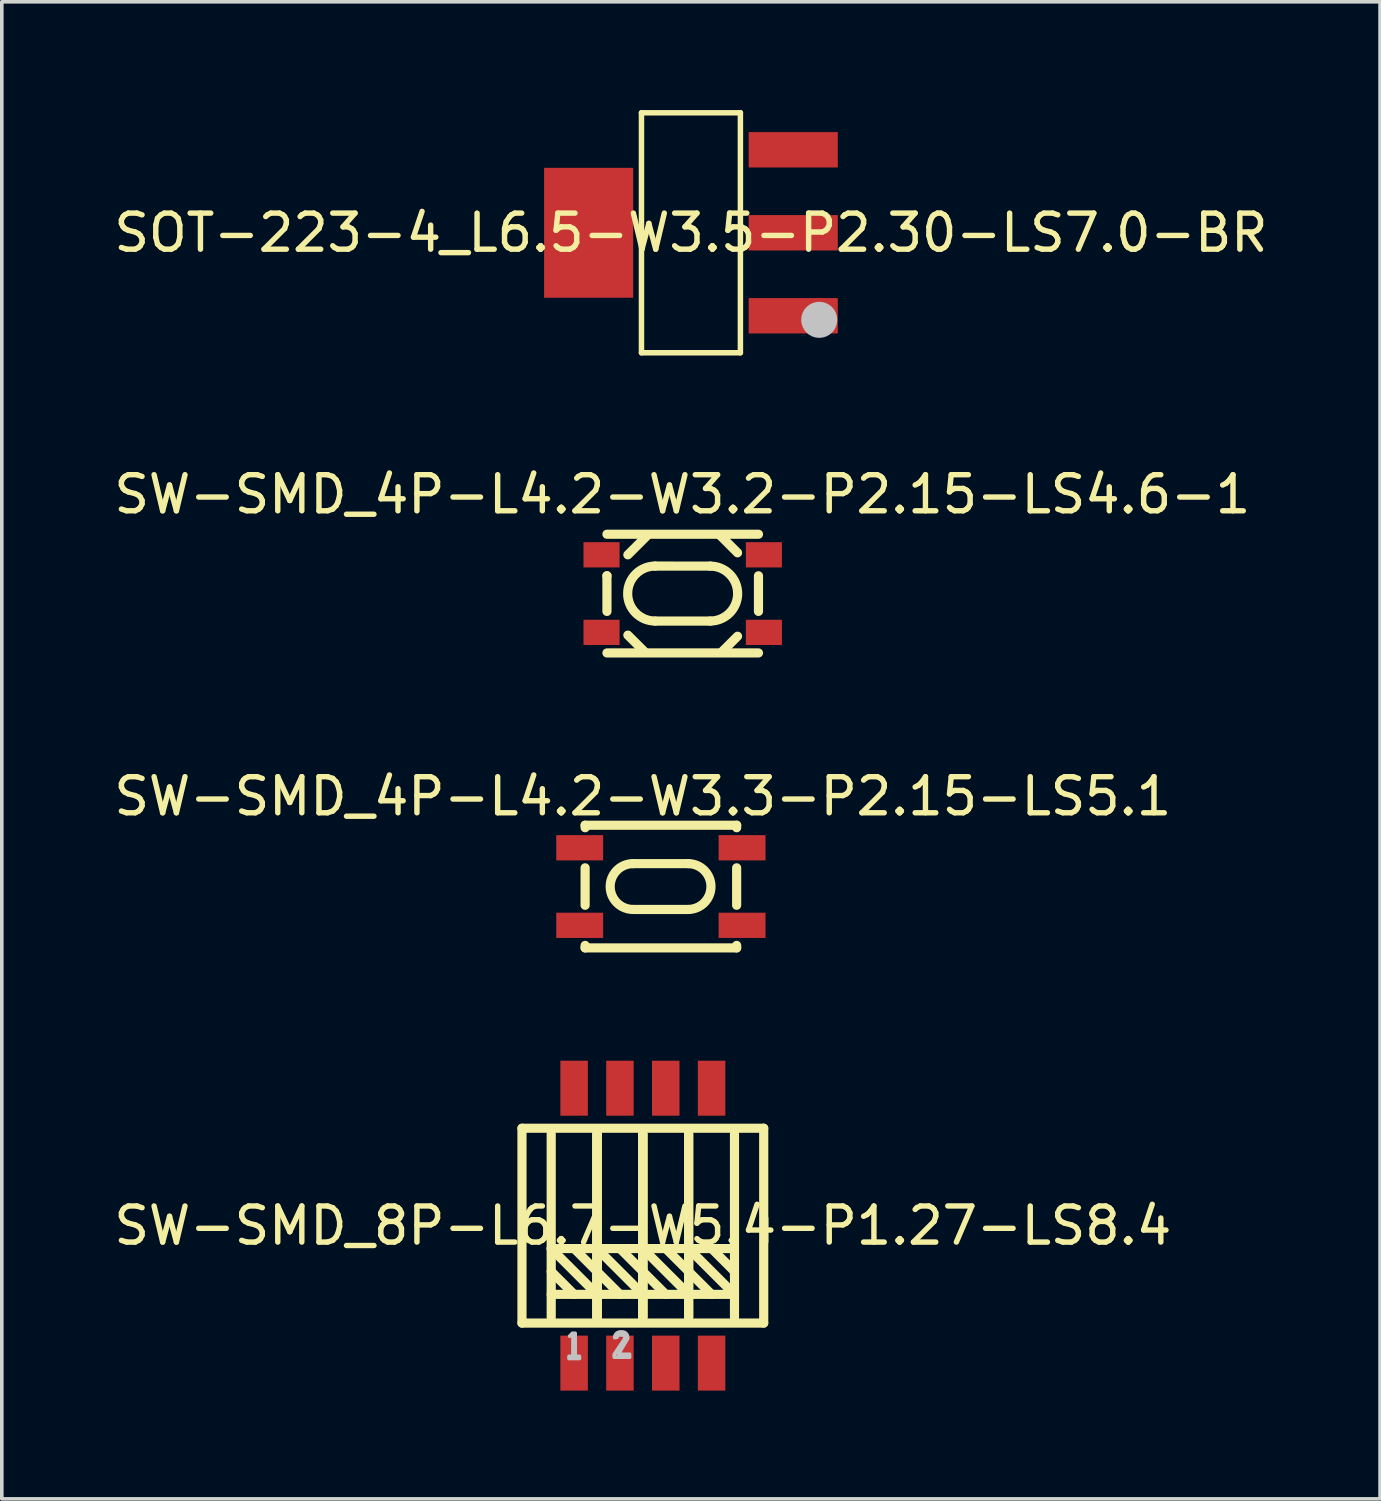
<source format=kicad_pcb>
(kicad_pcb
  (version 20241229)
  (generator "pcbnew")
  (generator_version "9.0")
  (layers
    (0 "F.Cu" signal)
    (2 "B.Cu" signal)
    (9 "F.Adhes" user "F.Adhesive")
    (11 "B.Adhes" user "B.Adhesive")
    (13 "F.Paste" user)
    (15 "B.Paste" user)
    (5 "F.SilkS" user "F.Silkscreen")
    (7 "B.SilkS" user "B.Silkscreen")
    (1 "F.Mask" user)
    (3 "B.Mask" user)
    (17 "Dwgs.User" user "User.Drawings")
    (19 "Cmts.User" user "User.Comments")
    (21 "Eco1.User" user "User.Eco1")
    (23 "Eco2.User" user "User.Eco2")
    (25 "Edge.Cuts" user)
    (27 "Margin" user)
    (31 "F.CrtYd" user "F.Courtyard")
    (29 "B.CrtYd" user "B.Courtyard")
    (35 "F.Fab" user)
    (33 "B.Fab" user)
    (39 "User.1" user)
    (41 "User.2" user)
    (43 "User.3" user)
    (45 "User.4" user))
  (footprint "SW-SMD_4P-L4.2-W3.3-P2.15-LS5.1"
    (layer "F.Cu")
    (at 15.268 21.523)
    (property "Reference" "SW-SMD_4P-L4.2-W3.3-P2.15-LS5.1" (at -0.5 -2.5 0) (layer "F.SilkS") (effects (font (size 1 1) (thickness 0.15))))
    (fp_line (start -2.1 -1.7) (end -2.1 -1.631) (stroke (width 0.254) (type default)) (layer "F.SilkS"))
    (fp_line (start -2.1 -1.7) (end 2.1 -1.7) (stroke (width 0.254) (type default)) (layer "F.SilkS"))
    (fp_line (start -2.1 -0.519) (end -2.1 0.519) (stroke (width 0.254) (type default)) (layer "F.SilkS"))
    (fp_line (start -2.1 1.631) (end -2.1 1.7) (stroke (width 0.254) (type default)) (layer "F.SilkS"))
    (fp_line (start -2.1 1.7) (end 2.1 1.7) (stroke (width 0.254) (type default)) (layer "F.SilkS"))
    (fp_line (start -0.762 -0.635) (end 0.762 -0.635) (stroke (width 0.254) (type default)) (layer "F.SilkS"))
    (fp_line (start -0.762 0.635) (end 0.762 0.635) (stroke (width 0.254) (type default)) (layer "F.SilkS"))
    (fp_line (start 2.1 -1.7) (end 2.1 -1.631) (stroke (width 0.254) (type default)) (layer "F.SilkS"))
    (fp_line (start 2.1 -0.519) (end 2.1 0.519) (stroke (width 0.254) (type default)) (layer "F.SilkS"))
    (fp_line (start 2.1 1.631) (end 2.1 1.7) (stroke (width 0.254) (type default)) (layer "F.SilkS"))
    (fp_arc (start -0.762 0.635) (mid -1.398 0) (end -0.763 -0.6355) (stroke (width 0.254) (type default)) (layer "F.SilkS"))
    (fp_arc (start 0.762 -0.635) (mid 1.392016 0.000001) (end 0.761 0.6345) (stroke (width 0.254) (type default)) (layer "F.SilkS"))
    (fp_poly (pts (xy -1.9 -1.35) (xy -1.9 -0.8) (xy -2.55 -0.8) (xy -2.55 -1.35)) (stroke (width 0.1) (type default)) (fill no) (layer "User.1"))
    (fp_poly (pts (xy -1.9 0.8) (xy -1.9 1.35) (xy -2.55 1.35) (xy -2.55 0.8)) (stroke (width 0.1) (type default)) (fill no) (layer "User.1"))
    (fp_poly (pts (xy 2.55 -1.35) (xy 2.55 -0.8) (xy 1.9 -0.8) (xy 1.9 -1.35)) (stroke (width 0.1) (type default)) (fill no) (layer "User.1"))
    (fp_poly (pts (xy 2.55 0.8) (xy 2.55 1.35) (xy 1.9 1.35) (xy 1.9 0.8)) (stroke (width 0.1) (type default)) (fill no) (layer "User.1"))
    (fp_line (start -2.1 -1.625) (end 2.1 -1.625) (stroke (width 0.051) (type default)) (layer "User.2"))
    (fp_line (start -2.1 1.625) (end -2.1 -1.625) (stroke (width 0.051) (type default)) (layer "User.2"))
    (fp_line (start 2.1 -1.625) (end 2.1 1.625) (stroke (width 0.051) (type default)) (layer "User.2"))
    (fp_line (start 2.1 1.625) (end -2.1 1.625) (stroke (width 0.051) (type default)) (layer "User.2"))
    (fp_poly (pts (xy -2.49 -1.625) (xy -2.508 -1.667) (xy -2.55 -1.685) (xy -2.592 -1.667) (xy -2.61 -1.625) (xy -2.592 -1.583) (xy -2.55 -1.565) (xy -2.508 -1.583)) (stroke (width 0.1) (type default)) (fill no) (layer "User.3"))
    (pad "1" smd rect (at -2.25 -1.075 90) (size 0.7 1.3) (layers "F.Cu" "F.Mask" "F.Paste"))
    (pad "2" smd rect (at 2.25 -1.075 90) (size 0.7 1.3) (layers "F.Cu" "F.Mask" "F.Paste"))
    (pad "3" smd rect (at -2.25 1.075 90) (size 0.7 1.3) (layers "F.Cu" "F.Mask" "F.Paste"))
    (pad "4" smd rect (at 2.25 1.075 90) (size 0.7 1.3) (layers "F.Cu" "F.Mask" "F.Paste")))
  (footprint "SOT-223-4_L6.5-W3.5-P2.30-LS7.0-BR"
    (layer "F.Cu")
    (at 16.101 3.402)
    (property "Reference" "SOT-223-4_L6.5-W3.5-P2.30-LS7.0-BR" (at 0 0 0) (layer "F.SilkS") (effects (font (size 1 1) (thickness 0.15))))
    (fp_line (start -1.371 -3.326) (end 1.371 -3.326) (stroke (width 0.152) (type default)) (layer "F.SilkS"))
    (fp_line (start -1.371 3.326) (end -1.371 -3.326) (stroke (width 0.152) (type default)) (layer "F.SilkS"))
    (fp_line (start 1.371 -3.326) (end 1.371 3.326) (stroke (width 0.152) (type default)) (layer "F.SilkS"))
    (fp_line (start 1.371 3.326) (end -1.371 3.326) (stroke (width 0.152) (type default)) (layer "F.SilkS"))
    (fp_circle (center 3.556 2.413) (end 3.806 2.413) (stroke (width 0.5) (type default)) (fill no) (layer "Dwgs.User"))
    (fp_poly (pts (xy -2.56 1.5) (xy -2.56 -1.5) (xy -1.74 -1.5) (xy -1.74 1.5)) (stroke (width 0.1) (type default)) (fill no) (layer "User.1"))
    (fp_poly (pts (xy -2.55 1.5) (xy -2.55 -1.5) (xy -3.5 -1.5) (xy -3.5 1.5)) (stroke (width 0.1) (type default)) (fill no) (layer "User.1"))
    (fp_poly (pts (xy 1.74 -1.95) (xy 1.74 -2.65) (xy 2.56 -2.65) (xy 2.56 -1.95)) (stroke (width 0.1) (type default)) (fill no) (layer "User.1"))
    (fp_poly (pts (xy 1.74 0.35) (xy 1.74 -0.35) (xy 2.56 -0.35) (xy 2.56 0.35)) (stroke (width 0.1) (type default)) (fill no) (layer "User.1"))
    (fp_poly (pts (xy 1.74 2.65) (xy 1.74 1.95) (xy 2.56 1.95) (xy 2.56 2.65)) (stroke (width 0.1) (type default)) (fill no) (layer "User.1"))
    (fp_poly (pts (xy 2.55 -1.95) (xy 2.55 -2.65) (xy 3.5 -2.65) (xy 3.5 -1.95)) (stroke (width 0.1) (type default)) (fill no) (layer "User.1"))
    (fp_poly (pts (xy 2.55 0.35) (xy 2.55 -0.35) (xy 3.5 -0.35) (xy 3.5 0.35)) (stroke (width 0.1) (type default)) (fill no) (layer "User.1"))
    (fp_poly (pts (xy 2.55 2.65) (xy 2.55 1.95) (xy 3.5 1.95) (xy 3.5 2.65)) (stroke (width 0.1) (type default)) (fill no) (layer "User.1"))
    (fp_line (start -1.75 -3.25) (end 1.75 -3.25) (stroke (width 0.051) (type default)) (layer "User.2"))
    (fp_line (start -1.75 3.25) (end -1.75 -3.25) (stroke (width 0.051) (type default)) (layer "User.2"))
    (fp_line (start 1.75 -3.25) (end 1.75 3.25) (stroke (width 0.051) (type default)) (layer "User.2"))
    (fp_line (start 1.75 3.25) (end -1.75 3.25) (stroke (width 0.051) (type default)) (layer "User.2"))
    (fp_poly (pts (xy 3.56 3.25) (xy 3.542 3.208) (xy 3.5 3.19) (xy 3.458 3.208) (xy 3.44 3.25) (xy 3.458 3.292) (xy 3.5 3.31) (xy 3.542 3.292)) (stroke (width 0.1) (type default)) (fill no) (layer "User.3"))
    (pad "1" smd rect (at 2.835 2.3) (size 2.47 0.98) (layers "F.Cu" "F.Mask" "F.Paste"))
    (pad "2" smd rect (at 2.835 0) (size 2.47 0.98) (layers "F.Cu" "F.Mask" "F.Paste"))
    (pad "3" smd rect (at 2.835 -2.3) (size 2.47 0.98) (layers "F.Cu" "F.Mask" "F.Paste"))
    (pad "4" smd rect (at -2.835 0) (size 2.47 3.6) (layers "F.Cu" "F.Mask" "F.Paste")))
  (footprint "SW-SMD_8P-L6.7-W5.4-P1.27-LS8.4"
    (layer "F.Cu")
    (at 14.768 30.922)
    (property "Reference" "SW-SMD_8P-L6.7-W5.4-P1.27-LS8.4" (at 0 0 0) (layer "F.SilkS") (effects (font (size 1 1) (thickness 0.15))))
    (fp_line (start -3.35 -2.7) (end -3.35 2.7) (stroke (width 0.254) (type default)) (layer "F.SilkS"))
    (fp_line (start -3.35 2.7) (end 3.35 2.7) (stroke (width 0.254) (type default)) (layer "F.SilkS"))
    (fp_line (start -2.54 -2.54) (end -2.54 2.54) (stroke (width 0.254) (type default)) (layer "F.SilkS"))
    (fp_line (start -2.54 0.635) (end -1.27 1.905) (stroke (width 0.254) (type default)) (layer "F.SilkS"))
    (fp_line (start -2.54 1.27) (end -1.905 1.905) (stroke (width 0.254) (type default)) (layer "F.SilkS"))
    (fp_line (start -2.54 1.905) (end -1.27 1.905) (stroke (width 0.254) (type default)) (layer "F.SilkS"))
    (fp_line (start -1.905 0.635) (end -1.27 1.27) (stroke (width 0.254) (type default)) (layer "F.SilkS"))
    (fp_line (start -1.27 -2.54) (end -1.27 2.54) (stroke (width 0.254) (type default)) (layer "F.SilkS"))
    (fp_line (start -1.27 -2.54) (end -1.27 2.54) (stroke (width 0.254) (type default)) (layer "F.SilkS"))
    (fp_line (start -1.27 0.635) (end -2.54 0.635) (stroke (width 0.254) (type default)) (layer "F.SilkS"))
    (fp_line (start -1.27 0.635) (end 0 0.635) (stroke (width 0.254) (type default)) (layer "F.SilkS"))
    (fp_line (start -1.27 1.27) (end -0.635 1.905) (stroke (width 0.254) (type default)) (layer "F.SilkS"))
    (fp_line (start -1.27 1.905) (end 0 1.905) (stroke (width 0.254) (type default)) (layer "F.SilkS"))
    (fp_line (start -1.27 2.54) (end -1.27 -2.54) (stroke (width 0.254) (type default)) (layer "F.SilkS"))
    (fp_line (start -1.27 2.54) (end -1.27 -2.54) (stroke (width 0.254) (type default)) (layer "F.SilkS"))
    (fp_line (start -0.635 0.635) (end 0 1.27) (stroke (width 0.254) (type default)) (layer "F.SilkS"))
    (fp_line (start 0 -2.54) (end 0 2.54) (stroke (width 0.254) (type default)) (layer "F.SilkS"))
    (fp_line (start 0 0.635) (end 1.27 0.635) (stroke (width 0.254) (type default)) (layer "F.SilkS"))
    (fp_line (start 0 0.635) (end 1.27 1.905) (stroke (width 0.254) (type default)) (layer "F.SilkS"))
    (fp_line (start 0 1.27) (end 0.635 1.905) (stroke (width 0.254) (type default)) (layer "F.SilkS"))
    (fp_line (start 0 1.905) (end -1.27 0.635) (stroke (width 0.254) (type default)) (layer "F.SilkS"))
    (fp_line (start 0 2.54) (end 0 -2.54) (stroke (width 0.254) (type default)) (layer "F.SilkS"))
    (fp_line (start 0 2.54) (end 0 -2.54) (stroke (width 0.254) (type default)) (layer "F.SilkS"))
    (fp_line (start 0.635 0.635) (end 1.27 1.27) (stroke (width 0.254) (type default)) (layer "F.SilkS"))
    (fp_line (start 1.27 -2.54) (end 1.27 2.54) (stroke (width 0.254) (type default)) (layer "F.SilkS"))
    (fp_line (start 1.27 0.635) (end 2.54 0.635) (stroke (width 0.254) (type default)) (layer "F.SilkS"))
    (fp_line (start 1.27 0.635) (end 2.54 1.905) (stroke (width 0.254) (type default)) (layer "F.SilkS"))
    (fp_line (start 1.27 1.27) (end 1.905 1.905) (stroke (width 0.254) (type default)) (layer "F.SilkS"))
    (fp_line (start 1.27 1.905) (end 0 1.905) (stroke (width 0.254) (type default)) (layer "F.SilkS"))
    (fp_line (start 1.27 2.54) (end 1.27 -2.54) (stroke (width 0.254) (type default)) (layer "F.SilkS"))
    (fp_line (start 1.905 0.635) (end 2.54 1.27) (stroke (width 0.254) (type default)) (layer "F.SilkS"))
    (fp_line (start 2.54 -2.54) (end 2.54 2.54) (stroke (width 0.254) (type default)) (layer "F.SilkS"))
    (fp_line (start 2.54 1.905) (end 1.27 1.905) (stroke (width 0.254) (type default)) (layer "F.SilkS"))
    (fp_line (start 3.35 -2.7) (end -3.35 -2.7) (stroke (width 0.254) (type default)) (layer "F.SilkS"))
    (fp_line (start 3.35 2.7) (end 3.35 -2.7) (stroke (width 0.254) (type default)) (layer "F.SilkS"))
    (fp_poly (pts (xy -2.048 3.683) (xy -2.047 3.622) (xy -1.937 3.622) (xy -1.937 3.078) (xy -1.956 3.058) (xy -2.031 3.063) (xy -1.95 2.982) (xy -1.875 2.983) (xy -1.875 3.621) (xy -1.758 3.623) (xy -1.757 3.683)) (stroke (width 0.1) (type default)) (fill no) (layer "Dwgs.User"))
    (fp_poly (pts (arc (start -0.7795 3.104) (mid -0.733369 2.992631) (end -0.622 2.9465)) (arc (start -0.5715 2.9465) (mid -0.465434 2.990434) (end -0.4215 3.0965)) (xy -0.421 3.13) (xy -0.68 3.566) (xy -0.369 3.564) (xy -0.367 3.646) (xy -0.792 3.646) (xy -0.793 3.567) (arc (start -0.494 3.122) (mid -0.503096 3.076269) (end -0.529 3.0375)) (xy -0.529 3.037) (xy -0.545 3.031) (arc (start -0.6715 3.031) (mid -0.701906 3.043594) (end -0.715 3.074)) (xy -0.715 3.095)) (stroke (width 0.1) (type default)) (fill no) (layer "Dwgs.User"))
    (fp_poly (pts (xy -1.705 -4.175) (xy -1.705 -3.345) (xy -2.105 -3.345) (xy -2.105 -4.175)) (stroke (width 0.1) (type default)) (fill no) (layer "User.1"))
    (fp_poly (pts (xy -1.705 -3.355) (xy -1.705 -2.69) (xy -2.105 -2.69) (xy -2.105 -3.355)) (stroke (width 0.1) (type default)) (fill no) (layer "User.1"))
    (fp_poly (pts (xy -1.705 2.69) (xy -1.705 3.355) (xy -2.105 3.355) (xy -2.105 2.69)) (stroke (width 0.1) (type default)) (fill no) (layer "User.1"))
    (fp_poly (pts (xy -1.705 3.345) (xy -1.705 4.175) (xy -2.105 4.175) (xy -2.105 3.345)) (stroke (width 0.1) (type default)) (fill no) (layer "User.1"))
    (fp_poly (pts (xy -0.435 -4.175) (xy -0.435 -3.345) (xy -0.835 -3.345) (xy -0.835 -4.175)) (stroke (width 0.1) (type default)) (fill no) (layer "User.1"))
    (fp_poly (pts (xy -0.435 -3.355) (xy -0.435 -2.69) (xy -0.835 -2.69) (xy -0.835 -3.355)) (stroke (width 0.1) (type default)) (fill no) (layer "User.1"))
    (fp_poly (pts (xy -0.435 2.69) (xy -0.435 3.355) (xy -0.835 3.355) (xy -0.835 2.69)) (stroke (width 0.1) (type default)) (fill no) (layer "User.1"))
    (fp_poly (pts (xy -0.435 3.345) (xy -0.435 4.175) (xy -0.835 4.175) (xy -0.835 3.345)) (stroke (width 0.1) (type default)) (fill no) (layer "User.1"))
    (fp_poly (pts (xy 0.835 -4.175) (xy 0.835 -3.345) (xy 0.435 -3.345) (xy 0.435 -4.175)) (stroke (width 0.1) (type default)) (fill no) (layer "User.1"))
    (fp_poly (pts (xy 0.835 -3.355) (xy 0.835 -2.69) (xy 0.435 -2.69) (xy 0.435 -3.355)) (stroke (width 0.1) (type default)) (fill no) (layer "User.1"))
    (fp_poly (pts (xy 0.835 2.69) (xy 0.835 3.355) (xy 0.435 3.355) (xy 0.435 2.69)) (stroke (width 0.1) (type default)) (fill no) (layer "User.1"))
    (fp_poly (pts (xy 0.835 3.345) (xy 0.835 4.175) (xy 0.435 4.175) (xy 0.435 3.345)) (stroke (width 0.1) (type default)) (fill no) (layer "User.1"))
    (fp_poly (pts (xy 2.105 -4.175) (xy 2.105 -3.345) (xy 1.705 -3.345) (xy 1.705 -4.175)) (stroke (width 0.1) (type default)) (fill no) (layer "User.1"))
    (fp_poly (pts (xy 2.105 -3.355) (xy 2.105 -2.69) (xy 1.705 -2.69) (xy 1.705 -3.355)) (stroke (width 0.1) (type default)) (fill no) (layer "User.1"))
    (fp_poly (pts (xy 2.105 2.69) (xy 2.105 3.355) (xy 1.705 3.355) (xy 1.705 2.69)) (stroke (width 0.1) (type default)) (fill no) (layer "User.1"))
    (fp_poly (pts (xy 2.105 3.345) (xy 2.105 4.175) (xy 1.705 4.175) (xy 1.705 3.345)) (stroke (width 0.1) (type default)) (fill no) (layer "User.1"))
    (fp_line (start -3.34 -2.7) (end 3.34 -2.7) (stroke (width 0.051) (type default)) (layer "User.2"))
    (fp_line (start -3.34 2.7) (end -3.34 -2.7) (stroke (width 0.051) (type default)) (layer "User.2"))
    (fp_line (start 3.34 -2.7) (end 3.34 2.7) (stroke (width 0.051) (type default)) (layer "User.2"))
    (fp_line (start 3.34 2.7) (end -3.34 2.7) (stroke (width 0.051) (type default)) (layer "User.2"))
    (fp_poly (pts (xy -3.28 4.175) (xy -3.298 4.133) (xy -3.34 4.115) (xy -3.382 4.133) (xy -3.4 4.175) (xy -3.382 4.217) (xy -3.34 4.235) (xy -3.298 4.217)) (stroke (width 0.1) (type default)) (fill no) (layer "User.3"))
    (pad "1" smd rect (at -1.905 3.81) (size 0.762 1.524) (layers "F.Cu" "F.Mask" "F.Paste"))
    (pad "2" smd rect (at -0.635 3.81) (size 0.762 1.524) (layers "F.Cu" "F.Mask" "F.Paste"))
    (pad "3" smd rect (at 0.635 3.81) (size 0.762 1.524) (layers "F.Cu" "F.Mask" "F.Paste"))
    (pad "4" smd rect (at 1.905 3.81) (size 0.762 1.524) (layers "F.Cu" "F.Mask" "F.Paste"))
    (pad "5" smd rect (at 1.905 -3.81) (size 0.762 1.524) (layers "F.Cu" "F.Mask" "F.Paste"))
    (pad "6" smd rect (at 0.635 -3.81) (size 0.762 1.524) (layers "F.Cu" "F.Mask" "F.Paste"))
    (pad "7" smd rect (at -0.635 -3.81) (size 0.762 1.524) (layers "F.Cu" "F.Mask" "F.Paste"))
    (pad "8" smd rect (at -1.905 -3.81) (size 0.762 1.524) (layers "F.Cu" "F.Mask" "F.Paste")))
  (footprint "SW-SMD_4P-L4.2-W3.2-P2.15-LS4.6-1"
    (layer "F.Cu")
    (at 15.873 13.403)
    (property "Reference" "SW-SMD_4P-L4.2-W3.2-P2.15-LS4.6-1" (at -0.01 -2.75 0) (layer "F.SilkS") (effects (font (size 1 1) (thickness 0.15))))
    (fp_line (start -2.1 -1.645) (end 2.1 -1.645) (stroke (width 0.254) (type default)) (layer "F.SilkS"))
    (fp_line (start -2.1 -0.494) (end -2.1 0.494) (stroke (width 0.254) (type default)) (layer "F.SilkS"))
    (fp_line (start -2.1 -0.494) (end -2.099 -0.494) (stroke (width 0.254) (type default)) (layer "F.SilkS"))
    (fp_line (start -2.1 1.645) (end 2.1 1.645) (stroke (width 0.254) (type default)) (layer "F.SilkS"))
    (fp_line (start -1.52 -1.075) (end -0.994 -1.6) (stroke (width 0.254) (type default)) (layer "F.SilkS"))
    (fp_line (start -1.52 1.151) (end -1.07 1.6) (stroke (width 0.254) (type default)) (layer "F.SilkS"))
    (fp_line (start -0.763 -0.763) (end 0.762 -0.762) (stroke (width 0.254) (type default)) (layer "F.SilkS"))
    (fp_line (start -0.763 0.761) (end 0.761 0.761) (stroke (width 0.254) (type default)) (layer "F.SilkS"))
    (fp_line (start 1.52 -1.131) (end 1.051 -1.6) (stroke (width 0.254) (type default)) (layer "F.SilkS"))
    (fp_line (start 1.52 1.182) (end 1.101 1.6) (stroke (width 0.254) (type default)) (layer "F.SilkS"))
    (fp_line (start 2.1 0.494) (end 2.1 -0.494) (stroke (width 0.254) (type default)) (layer "F.SilkS"))
    (fp_arc (start -0.7635 0.761) (mid -1.5255 -0.001) (end -0.7635 -0.763) (stroke (width 0.254) (type default)) (layer "F.SilkS"))
    (fp_arc (start 0.762 -0.762) (mid 1.523 0.00025) (end 0.7605 0.761) (stroke (width 0.254) (type default)) (layer "F.SilkS"))
    (fp_poly (pts (xy -2.3 -1.35) (xy -1.8 -1.35) (xy -1.8 -0.8) (xy -2.3 -0.8)) (stroke (width 0.1) (type default)) (fill no) (layer "User.1"))
    (fp_poly (pts (xy -2.3 0.8) (xy -1.8 0.8) (xy -1.8 1.35) (xy -2.3 1.35)) (stroke (width 0.1) (type default)) (fill no) (layer "User.1"))
    (fp_poly (pts (xy 1.8 -1.35) (xy 2.3 -1.35) (xy 2.3 -0.8) (xy 1.8 -0.8)) (stroke (width 0.1) (type default)) (fill no) (layer "User.1"))
    (fp_poly (pts (xy 1.8 0.8) (xy 2.3 0.8) (xy 2.3 1.35) (xy 1.8 1.35)) (stroke (width 0.1) (type default)) (fill no) (layer "User.1"))
    (fp_line (start -2.1 -1.6) (end 2.1 -1.6) (stroke (width 0.051) (type default)) (layer "User.2"))
    (fp_line (start -2.1 1.6) (end -2.1 -1.6) (stroke (width 0.051) (type default)) (layer "User.2"))
    (fp_line (start 2.1 -1.6) (end 2.1 1.6) (stroke (width 0.051) (type default)) (layer "User.2"))
    (fp_line (start 2.1 1.6) (end -2.1 1.6) (stroke (width 0.051) (type default)) (layer "User.2"))
    (fp_poly (pts (xy -2.24 -1.6) (xy -2.258 -1.642) (xy -2.3 -1.66) (xy -2.342 -1.642) (xy -2.36 -1.6) (xy -2.342 -1.558) (xy -2.3 -1.54) (xy -2.258 -1.558)) (stroke (width 0.1) (type default)) (fill no) (layer "User.3"))
    (pad "1" smd rect (at -2.25 -1.075 90) (size 0.7 1) (layers "F.Cu" "F.Mask" "F.Paste"))
    (pad "2" smd rect (at 2.25 -1.075 90) (size 0.7 1) (layers "F.Cu" "F.Mask" "F.Paste"))
    (pad "3" smd rect (at -2.25 1.075 90) (size 0.7 1) (layers "F.Cu" "F.Mask" "F.Paste"))
    (pad "4" smd rect (at 2.25 1.075 90) (size 0.7 1) (layers "F.Cu" "F.Mask" "F.Paste")))
  (gr_rect
    (start -3 -3)
    (end 35.202 38.495)
    (stroke (width 0.1) (type default))
    (fill no)
    (layer "Edge.Cuts")))
</source>
